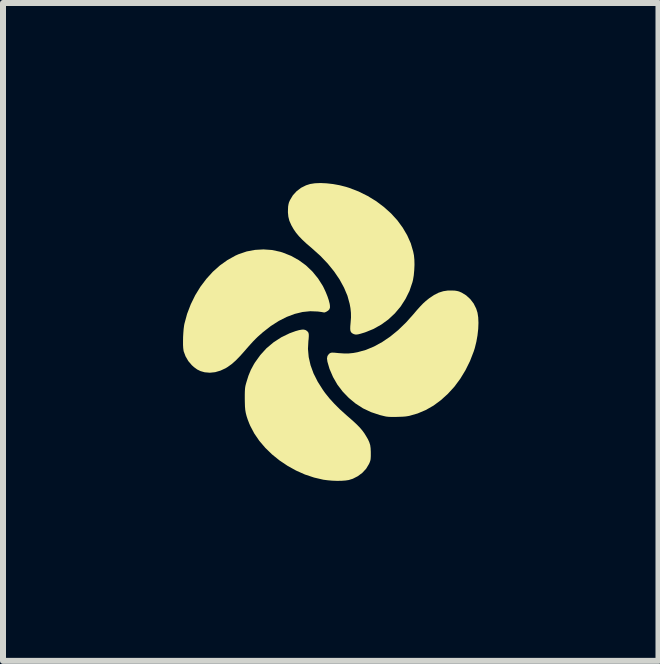
<source format=kicad_pcb>
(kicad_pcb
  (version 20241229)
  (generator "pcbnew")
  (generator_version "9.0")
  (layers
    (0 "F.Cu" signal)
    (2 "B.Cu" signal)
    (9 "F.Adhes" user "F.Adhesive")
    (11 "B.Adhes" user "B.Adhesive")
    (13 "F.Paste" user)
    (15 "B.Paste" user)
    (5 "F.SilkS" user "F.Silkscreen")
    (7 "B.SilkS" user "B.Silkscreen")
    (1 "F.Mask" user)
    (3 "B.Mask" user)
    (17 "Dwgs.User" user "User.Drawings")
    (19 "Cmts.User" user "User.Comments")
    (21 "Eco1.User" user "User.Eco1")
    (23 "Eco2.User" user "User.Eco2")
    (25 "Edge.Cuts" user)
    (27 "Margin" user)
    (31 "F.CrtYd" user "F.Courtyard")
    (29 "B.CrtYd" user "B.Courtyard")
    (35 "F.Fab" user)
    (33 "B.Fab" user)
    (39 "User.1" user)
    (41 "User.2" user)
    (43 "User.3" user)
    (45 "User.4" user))
  (footprint "eez"
    (layer "F.Cu")
    (at 2.421 2.502)
    (property "Reference" "eez" (at 0 0.356 0) (layer "User.1") (effects (font (size 1.5 1.5) (thickness 0.3))))
    (attr board_only exclude_from_pos_files exclude_from_bom)
    (fp_poly (pts (xy -0.028 -2.497) (xy 0.079 -2.485) (xy 0.189 -2.465) (xy 0.295 -2.438) (xy 0.346 -2.422) (xy 0.505 -2.361) (xy 0.656 -2.286) (xy 0.797 -2.2) (xy 0.927 -2.102) (xy 1.045 -1.996) (xy 1.15 -1.881) (xy 1.24 -1.758) (xy 1.315 -1.63) (xy 1.374 -1.498) (xy 1.414 -1.361) (xy 1.427 -1.297) (xy 1.434 -1.224) (xy 1.436 -1.14) (xy 1.432 -1.051) (xy 1.424 -0.964) (xy 1.411 -0.886) (xy 1.402 -0.85) (xy 1.353 -0.705) (xy 1.286 -0.57) (xy 1.205 -0.444) (xy 1.109 -0.33) (xy 1.001 -0.229) (xy 0.881 -0.142) (xy 0.75 -0.069) (xy 0.611 -0.013) (xy 0.591 -0.007) (xy 0.538 0.009) (xy 0.499 0.019) (xy 0.471 0.023) (xy 0.449 0.022) (xy 0.429 0.017) (xy 0.423 0.015) (xy 0.397 0.001) (xy 0.38 -0.015) (xy 0.369 -0.037) (xy 0.365 -0.069) (xy 0.366 -0.114) (xy 0.371 -0.171) (xy 0.378 -0.26) (xy 0.377 -0.339) (xy 0.369 -0.417) (xy 0.356 -0.488) (xy 0.319 -0.623) (xy 0.262 -0.758) (xy 0.188 -0.894) (xy 0.097 -1.028) (xy -0.01 -1.16) (xy -0.132 -1.288) (xy -0.269 -1.411) (xy -0.273 -1.415) (xy -0.359 -1.488) (xy -0.43 -1.554) (xy -0.489 -1.615) (xy -0.538 -1.674) (xy -0.578 -1.732) (xy -0.613 -1.793) (xy -0.618 -1.803) (xy -0.649 -1.873) (xy -0.666 -1.941) (xy -0.673 -2.014) (xy -0.672 -2.06) (xy -0.67 -2.109) (xy -0.664 -2.146) (xy -0.656 -2.178) (xy -0.641 -2.212) (xy -0.637 -2.22) (xy -0.591 -2.297) (xy -0.529 -2.365) (xy -0.455 -2.422) (xy -0.371 -2.464) (xy -0.302 -2.486) (xy -0.223 -2.498) (xy -0.13 -2.502)) (stroke (width 0) (type solid)) (fill yes) (layer "F.SilkS"))
    (fp_poly (pts (xy -0.939 -1.386) (xy -0.799 -1.356) (xy -0.758 -1.343) (xy -0.62 -1.288) (xy -0.491 -1.216) (xy -0.372 -1.129) (xy -0.265 -1.027) (xy -0.171 -0.912) (xy -0.091 -0.786) (xy -0.074 -0.752) (xy -0.043 -0.685) (xy -0.015 -0.616) (xy 0.007 -0.551) (xy 0.022 -0.493) (xy 0.026 -0.467) (xy 0.028 -0.43) (xy 0.02 -0.403) (xy 0.015 -0.395) (xy -0.002 -0.377) (xy -0.026 -0.361) (xy -0.051 -0.349) (xy -0.071 -0.344) (xy -0.076 -0.346) (xy -0.088 -0.348) (xy -0.115 -0.353) (xy -0.152 -0.358) (xy -0.176 -0.361) (xy -0.301 -0.366) (xy -0.429 -0.353) (xy -0.56 -0.321) (xy -0.693 -0.271) (xy -0.825 -0.204) (xy -0.958 -0.119) (xy -1.089 -0.017) (xy -1.176 0.06) (xy -1.212 0.095) (xy -1.256 0.14) (xy -1.304 0.193) (xy -1.352 0.247) (xy -1.389 0.29) (xy -1.469 0.38) (xy -1.542 0.455) (xy -1.61 0.515) (xy -1.677 0.563) (xy -1.711 0.584) (xy -1.797 0.624) (xy -1.886 0.65) (xy -1.974 0.659) (xy -2.057 0.652) (xy -2.067 0.65) (xy -2.13 0.632) (xy -2.185 0.605) (xy -2.237 0.567) (xy -2.274 0.534) (xy -2.333 0.465) (xy -2.379 0.386) (xy -2.41 0.303) (xy -2.413 0.286) (xy -2.418 0.248) (xy -2.421 0.195) (xy -2.421 0.132) (xy -2.42 0.065) (xy -2.416 -0.004) (xy -2.411 -0.068) (xy -2.404 -0.123) (xy -2.398 -0.156) (xy -2.353 -0.322) (xy -2.292 -0.481) (xy -2.218 -0.632) (xy -2.131 -0.774) (xy -2.032 -0.905) (xy -1.924 -1.024) (xy -1.806 -1.129) (xy -1.68 -1.219) (xy -1.547 -1.293) (xy -1.495 -1.316) (xy -1.36 -1.362) (xy -1.221 -1.388) (xy -1.081 -1.396)) (stroke (width 0) (type solid)) (fill yes) (layer "F.SilkS"))
    (fp_poly (pts (xy 2.109 -0.709) (xy 2.146 -0.703) (xy 2.178 -0.695) (xy 2.212 -0.68) (xy 2.22 -0.677) (xy 2.297 -0.63) (xy 2.365 -0.568) (xy 2.422 -0.494) (xy 2.464 -0.41) (xy 2.486 -0.341) (xy 2.498 -0.263) (xy 2.502 -0.171) (xy 2.498 -0.071) (xy 2.486 0.036) (xy 2.467 0.143) (xy 2.441 0.248) (xy 2.424 0.302) (xy 2.361 0.465) (xy 2.285 0.618) (xy 2.198 0.761) (xy 2.1 0.893) (xy 1.992 1.011) (xy 1.876 1.116) (xy 1.753 1.207) (xy 1.623 1.281) (xy 1.488 1.338) (xy 1.349 1.378) (xy 1.326 1.382) (xy 1.287 1.388) (xy 1.235 1.392) (xy 1.175 1.394) (xy 1.114 1.396) (xy 1.055 1.396) (xy 1.005 1.394) (xy 0.968 1.39) (xy 0.967 1.39) (xy 0.947 1.386) (xy 0.914 1.378) (xy 0.873 1.368) (xy 0.854 1.363) (xy 0.713 1.316) (xy 0.579 1.253) (xy 0.455 1.173) (xy 0.342 1.08) (xy 0.24 0.974) (xy 0.151 0.857) (xy 0.078 0.73) (xy 0.02 0.595) (xy -0.015 0.475) (xy -0.022 0.421) (xy -0.014 0.38) (xy 0.01 0.347) (xy 0.024 0.336) (xy 0.037 0.329) (xy 0.051 0.325) (xy 0.07 0.324) (xy 0.099 0.325) (xy 0.141 0.329) (xy 0.171 0.332) (xy 0.26 0.338) (xy 0.339 0.338) (xy 0.417 0.33) (xy 0.488 0.317) (xy 0.625 0.279) (xy 0.762 0.222) (xy 0.899 0.147) (xy 1.034 0.055) (xy 1.167 -0.054) (xy 1.296 -0.179) (xy 1.415 -0.312) (xy 1.477 -0.385) (xy 1.531 -0.445) (xy 1.579 -0.495) (xy 1.624 -0.536) (xy 1.669 -0.572) (xy 1.68 -0.581) (xy 1.762 -0.636) (xy 1.839 -0.675) (xy 1.915 -0.699) (xy 1.993 -0.711) (xy 2.06 -0.711)) (stroke (width 0) (type solid)) (fill yes) (layer "F.SilkS"))
    (fp_poly (pts (xy -0.405 -0.059) (xy -0.377 -0.051) (xy -0.367 -0.045) (xy -0.347 -0.029) (xy -0.333 -0.011) (xy -0.326 0.014) (xy -0.325 0.049) (xy -0.328 0.098) (xy -0.332 0.128) (xy -0.339 0.263) (xy -0.327 0.398) (xy -0.296 0.534) (xy -0.246 0.671) (xy -0.177 0.808) (xy -0.089 0.947) (xy -0.054 0.996) (xy 0.018 1.086) (xy 0.1 1.176) (xy 0.194 1.27) (xy 0.303 1.368) (xy 0.342 1.402) (xy 0.415 1.466) (xy 0.475 1.522) (xy 0.524 1.572) (xy 0.565 1.62) (xy 0.601 1.669) (xy 0.627 1.711) (xy 0.661 1.769) (xy 0.683 1.818) (xy 0.698 1.865) (xy 0.705 1.917) (xy 0.708 1.979) (xy 0.708 1.998) (xy 0.708 2.048) (xy 0.706 2.085) (xy 0.703 2.112) (xy 0.696 2.136) (xy 0.686 2.162) (xy 0.677 2.181) (xy 0.63 2.259) (xy 0.567 2.327) (xy 0.492 2.383) (xy 0.408 2.426) (xy 0.341 2.447) (xy 0.288 2.455) (xy 0.221 2.46) (xy 0.145 2.461) (xy 0.065 2.458) (xy -0.013 2.451) (xy -0.082 2.442) (xy -0.237 2.406) (xy -0.39 2.355) (xy -0.538 2.289) (xy -0.68 2.21) (xy -0.814 2.12) (xy -0.938 2.02) (xy -1.05 1.911) (xy -1.15 1.794) (xy -1.234 1.671) (xy -1.301 1.544) (xy -1.319 1.502) (xy -1.344 1.437) (xy -1.362 1.382) (xy -1.375 1.331) (xy -1.384 1.279) (xy -1.389 1.221) (xy -1.391 1.152) (xy -1.392 1.094) (xy -1.392 1.029) (xy -1.391 0.978) (xy -1.389 0.939) (xy -1.386 0.907) (xy -1.381 0.877) (xy -1.373 0.846) (xy -1.365 0.818) (xy -1.331 0.709) (xy -1.291 0.612) (xy -1.242 0.521) (xy -1.224 0.491) (xy -1.133 0.364) (xy -1.029 0.25) (xy -0.912 0.152) (xy -0.784 0.069) (xy -0.646 0.002) (xy -0.547 -0.034) (xy -0.487 -0.051) (xy -0.44 -0.059)) (stroke (width 0) (type solid)) (fill yes) (layer "F.SilkS")))
  (gr_rect
    (start -3 -3)
    (end 7.923 7.963)
    (stroke (width 0.1) (type default))
    (fill no)
    (layer "Edge.Cuts")))
</source>
